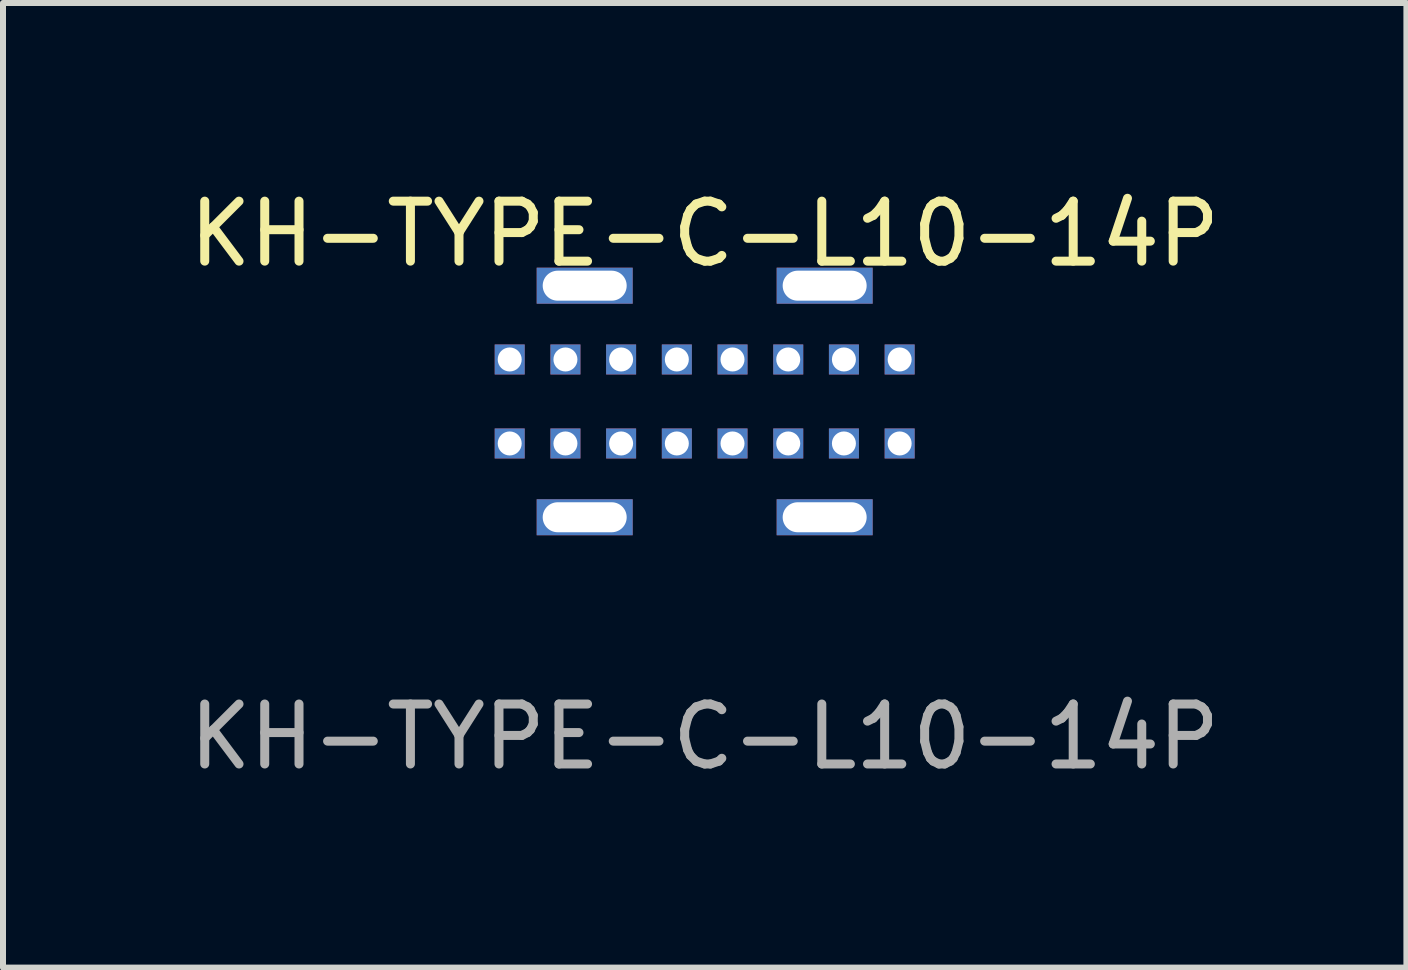
<source format=kicad_pcb>
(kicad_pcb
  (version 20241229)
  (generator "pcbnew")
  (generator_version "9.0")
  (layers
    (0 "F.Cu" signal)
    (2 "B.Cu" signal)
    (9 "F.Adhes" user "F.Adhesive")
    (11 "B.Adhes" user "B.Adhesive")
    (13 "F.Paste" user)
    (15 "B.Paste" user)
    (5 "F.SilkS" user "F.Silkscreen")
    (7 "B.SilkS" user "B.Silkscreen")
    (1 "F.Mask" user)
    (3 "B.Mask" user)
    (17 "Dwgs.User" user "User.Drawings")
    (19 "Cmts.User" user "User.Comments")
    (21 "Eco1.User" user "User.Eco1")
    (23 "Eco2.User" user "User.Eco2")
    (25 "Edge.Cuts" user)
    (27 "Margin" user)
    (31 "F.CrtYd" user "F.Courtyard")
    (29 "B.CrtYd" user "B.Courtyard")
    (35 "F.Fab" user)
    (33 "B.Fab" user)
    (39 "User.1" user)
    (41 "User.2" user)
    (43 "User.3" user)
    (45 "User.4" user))
  (footprint "KH-TYPE-C-L10-14P"
    (layer "F.Cu")
    (at 8.696 3.642)
    (property "Reference" "KH-TYPE-C-L10-14P" (at 0 -2.794 0) (unlocked yes) (layer "F.SilkS") (effects (font (size 1 1) (thickness 0.15))))
    (attr through_hole)
    (fp_text user "${REFERENCE}" (at 0 5.588 0) (unlocked yes) (layer "F.Fab") (effects (font (size 1 1) (thickness 0.15))))
    (pad "CC1" thru_hole rect (at -1.393 -0.7) (size 0.5 0.5) (drill oval 0.4) (layers "*.Cu" "*.Mask"))
    (pad "CC1" thru_hole rect (at -1.393 0.7) (size 0.5 0.5) (drill oval 0.4) (layers "*.Cu" "*.Mask"))
    (pad "CC2" thru_hole rect (at 1.393 -0.7) (size 0.5 0.5) (drill oval 0.4) (layers "*.Cu" "*.Mask"))
    (pad "CC2" thru_hole rect (at 1.393 0.7) (size 0.5 0.5) (drill oval 0.4) (layers "*.Cu" "*.Mask"))
    (pad "DM" thru_hole rect (at -0.464 0.7) (size 0.5 0.5) (drill oval 0.4) (layers "*.Cu" "*.Mask"))
    (pad "DM" thru_hole rect (at 0.464 -0.7) (size 0.5 0.5) (drill oval 0.4) (layers "*.Cu" "*.Mask"))
    (pad "DP" thru_hole rect (at -0.464 -0.7) (size 0.5 0.5) (drill oval 0.4) (layers "*.Cu" "*.Mask"))
    (pad "DP" thru_hole rect (at 0.464 0.7) (size 0.5 0.5) (drill oval 0.4) (layers "*.Cu" "*.Mask"))
    (pad "G" thru_hole rect (at -3.25 -0.7) (size 0.5 0.5) (drill oval 0.4) (layers "*.Cu" "*.Mask"))
    (pad "G" thru_hole rect (at -3.25 0.7) (size 0.5 0.5) (drill oval 0.4) (layers "*.Cu" "*.Mask"))
    (pad "G" thru_hole rect (at 3.25 -0.7) (size 0.5 0.5) (drill oval 0.4) (layers "*.Cu" "*.Mask"))
    (pad "G" thru_hole rect (at 3.25 0.7) (size 0.5 0.5) (drill oval 0.4) (layers "*.Cu" "*.Mask"))
    (pad "SHIELD" thru_hole rect (at -2 -1.93) (size 1.6 0.6) (drill oval 1.4 0.5) (layers "*.Cu" "*.Mask"))
    (pad "SHIELD" thru_hole rect (at -2 1.93) (size 1.6 0.6) (drill oval 1.4 0.5) (layers "*.Cu" "*.Mask"))
    (pad "SHIELD" thru_hole rect (at 2 -1.93) (size 1.6 0.6) (drill oval 1.4 0.5) (layers "*.Cu" "*.Mask"))
    (pad "SHIELD" thru_hole rect (at 2 1.93) (size 1.6 0.6) (drill oval 1.4 0.5) (layers "*.Cu" "*.Mask"))
    (pad "VBUS" thru_hole rect (at -2.321 -0.7) (size 0.5 0.5) (drill oval 0.4) (layers "*.Cu" "*.Mask"))
    (pad "VBUS" thru_hole rect (at -2.321 0.7) (size 0.5 0.5) (drill oval 0.4) (layers "*.Cu" "*.Mask"))
    (pad "VBUS" thru_hole rect (at 2.321 -0.7) (size 0.5 0.5) (drill oval 0.4) (layers "*.Cu" "*.Mask"))
    (pad "VBUS" thru_hole rect (at 2.321 0.7) (size 0.5 0.5) (drill oval 0.4) (layers "*.Cu" "*.Mask")))
  (gr_rect
    (start -3 -3)
    (end 20.393 13.079)
    (stroke (width 0.1) (type default))
    (fill no)
    (layer "Edge.Cuts")))
</source>
